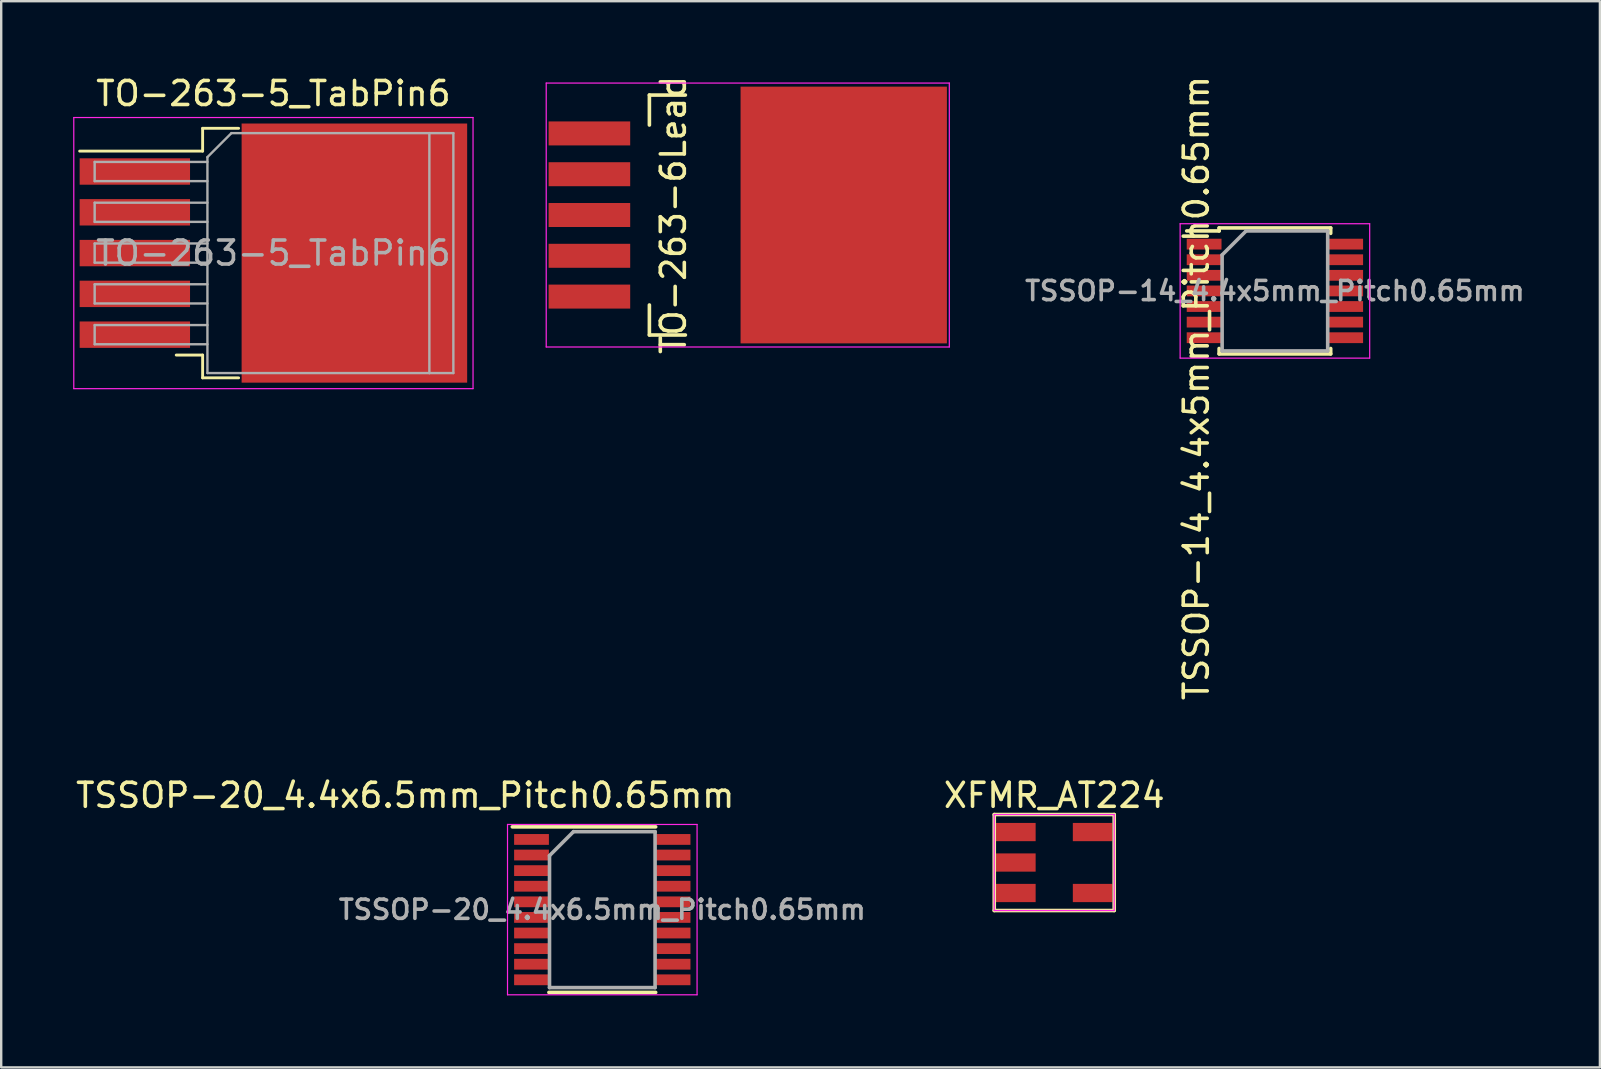
<source format=kicad_pcb>
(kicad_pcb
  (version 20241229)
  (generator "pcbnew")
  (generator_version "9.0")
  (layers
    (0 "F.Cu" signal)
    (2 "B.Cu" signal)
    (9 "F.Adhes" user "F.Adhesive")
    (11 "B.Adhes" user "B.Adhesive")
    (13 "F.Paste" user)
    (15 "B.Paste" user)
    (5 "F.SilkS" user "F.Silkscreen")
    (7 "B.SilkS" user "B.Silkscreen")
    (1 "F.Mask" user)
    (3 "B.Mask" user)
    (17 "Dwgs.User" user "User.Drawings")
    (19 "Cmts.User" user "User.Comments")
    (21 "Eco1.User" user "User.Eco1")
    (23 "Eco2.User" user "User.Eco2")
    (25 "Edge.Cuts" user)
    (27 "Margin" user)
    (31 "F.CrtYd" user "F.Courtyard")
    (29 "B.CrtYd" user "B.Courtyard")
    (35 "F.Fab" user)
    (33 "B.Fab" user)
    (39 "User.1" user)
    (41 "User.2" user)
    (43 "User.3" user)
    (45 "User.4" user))
  (footprint "TSSOP-14_4.4x5mm_Pitch0.65mm"
    (layer "F.Cu")
    (at 50.085 9.075)
    (property "Reference" "TSSOP-14_4.4x5mm_Pitch0.65mm" (at -3.275 4.05 90) (layer "F.SilkS") (effects (font (size 1 1) (thickness 0.15))))
    (attr smd)
    (fp_line (start -2.325 -2.625) (end -2.325 -2.5) (stroke (width 0.15) (type solid)) (layer "F.SilkS"))
    (fp_line (start -2.325 -2.625) (end 2.325 -2.625) (stroke (width 0.15) (type solid)) (layer "F.SilkS"))
    (fp_line (start -2.325 -2.5) (end -3.675 -2.5) (stroke (width 0.15) (type solid)) (layer "F.SilkS"))
    (fp_line (start -2.325 2.625) (end -2.325 2.4) (stroke (width 0.15) (type solid)) (layer "F.SilkS"))
    (fp_line (start -2.325 2.625) (end 2.325 2.625) (stroke (width 0.15) (type solid)) (layer "F.SilkS"))
    (fp_line (start 2.325 -2.625) (end 2.325 -2.4) (stroke (width 0.15) (type solid)) (layer "F.SilkS"))
    (fp_line (start 2.325 2.625) (end 2.325 2.4) (stroke (width 0.15) (type solid)) (layer "F.SilkS"))
    (fp_line (start -3.95 -2.8) (end -3.95 2.8) (stroke (width 0.05) (type solid)) (layer "F.CrtYd"))
    (fp_line (start -3.95 -2.8) (end 3.95 -2.8) (stroke (width 0.05) (type solid)) (layer "F.CrtYd"))
    (fp_line (start -3.95 2.8) (end 3.95 2.8) (stroke (width 0.05) (type solid)) (layer "F.CrtYd"))
    (fp_line (start 3.95 -2.8) (end 3.95 2.8) (stroke (width 0.05) (type solid)) (layer "F.CrtYd"))
    (fp_line (start -2.2 -1.5) (end -1.2 -2.5) (stroke (width 0.15) (type solid)) (layer "F.Fab"))
    (fp_line (start -2.2 2.5) (end -2.2 -1.5) (stroke (width 0.15) (type solid)) (layer "F.Fab"))
    (fp_line (start -1.2 -2.5) (end 2.2 -2.5) (stroke (width 0.15) (type solid)) (layer "F.Fab"))
    (fp_line (start 2.2 -2.5) (end 2.2 2.5) (stroke (width 0.15) (type solid)) (layer "F.Fab"))
    (fp_line (start 2.2 2.5) (end -2.2 2.5) (stroke (width 0.15) (type solid)) (layer "F.Fab"))
    (fp_text user "${REFERENCE}" (at 0 0 0) (layer "F.Fab") (effects (font (size 0.8 0.8) (thickness 0.15))))
    (pad "1" smd rect (at -2.95 -1.95) (size 1.45 0.45) (layers "F.Cu" "F.Mask" "F.Paste"))
    (pad "2" smd rect (at -2.95 -1.3) (size 1.45 0.45) (layers "F.Cu" "F.Mask" "F.Paste"))
    (pad "3" smd rect (at -2.95 -0.65) (size 1.45 0.45) (layers "F.Cu" "F.Mask" "F.Paste"))
    (pad "4" smd rect (at -2.95 0) (size 1.45 0.45) (layers "F.Cu" "F.Mask" "F.Paste"))
    (pad "5" smd rect (at -2.95 0.65) (size 1.45 0.45) (layers "F.Cu" "F.Mask" "F.Paste"))
    (pad "6" smd rect (at -2.95 1.3) (size 1.45 0.45) (layers "F.Cu" "F.Mask" "F.Paste"))
    (pad "7" smd rect (at -2.95 1.95) (size 1.45 0.45) (layers "F.Cu" "F.Mask" "F.Paste"))
    (pad "8" smd rect (at 2.95 1.95) (size 1.45 0.45) (layers "F.Cu" "F.Mask" "F.Paste"))
    (pad "9" smd rect (at 2.95 1.3) (size 1.45 0.45) (layers "F.Cu" "F.Mask" "F.Paste"))
    (pad "10" smd rect (at 2.95 0.65) (size 1.45 0.45) (layers "F.Cu" "F.Mask" "F.Paste"))
    (pad "11" smd rect (at 2.95 0) (size 1.45 0.45) (layers "F.Cu" "F.Mask" "F.Paste"))
    (pad "12" smd rect (at 2.95 -0.65) (size 1.45 0.45) (layers "F.Cu" "F.Mask" "F.Paste"))
    (pad "13" smd rect (at 2.95 -1.3) (size 1.45 0.45) (layers "F.Cu" "F.Mask" "F.Paste"))
    (pad "14" smd rect (at 2.95 -1.95) (size 1.45 0.45) (layers "F.Cu" "F.Mask" "F.Paste")))
  (footprint "TO-263-5_TabPin6"
    (layer "F.Cu")
    (at 8.345 7.498)
    (property "Reference" "TO-263-5_TabPin6" (at 0 -6.65 0) (layer "F.SilkS") (effects (font (size 1 1) (thickness 0.15))))
    (attr smd)
    (fp_line (start -2.95 -5.2) (end -2.95 -4.25) (stroke (width 0.12) (type solid)) (layer "F.SilkS"))
    (fp_line (start -2.95 -4.25) (end -8.075 -4.25) (stroke (width 0.12) (type solid)) (layer "F.SilkS"))
    (fp_line (start -2.95 4.25) (end -4.05 4.25) (stroke (width 0.12) (type solid)) (layer "F.SilkS"))
    (fp_line (start -2.95 5.2) (end -2.95 4.25) (stroke (width 0.12) (type solid)) (layer "F.SilkS"))
    (fp_line (start -1.45 -5.2) (end -2.95 -5.2) (stroke (width 0.12) (type solid)) (layer "F.SilkS"))
    (fp_line (start -1.45 5.2) (end -2.95 5.2) (stroke (width 0.12) (type solid)) (layer "F.SilkS"))
    (fp_line (start -8.32 -5.65) (end -8.32 5.65) (stroke (width 0.05) (type solid)) (layer "F.CrtYd"))
    (fp_line (start -8.32 5.65) (end 8.32 5.65) (stroke (width 0.05) (type solid)) (layer "F.CrtYd"))
    (fp_line (start 8.32 -5.65) (end -8.32 -5.65) (stroke (width 0.05) (type solid)) (layer "F.CrtYd"))
    (fp_line (start 8.32 5.65) (end 8.32 -5.65) (stroke (width 0.05) (type solid)) (layer "F.CrtYd"))
    (fp_line (start -7.45 -3.8) (end -7.45 -3) (stroke (width 0.1) (type solid)) (layer "F.Fab"))
    (fp_line (start -7.45 -3) (end -2.75 -3) (stroke (width 0.1) (type solid)) (layer "F.Fab"))
    (fp_line (start -7.45 -2.1) (end -7.45 -1.3) (stroke (width 0.1) (type solid)) (layer "F.Fab"))
    (fp_line (start -7.45 -1.3) (end -2.75 -1.3) (stroke (width 0.1) (type solid)) (layer "F.Fab"))
    (fp_line (start -7.45 -0.4) (end -7.45 0.4) (stroke (width 0.1) (type solid)) (layer "F.Fab"))
    (fp_line (start -7.45 0.4) (end -2.75 0.4) (stroke (width 0.1) (type solid)) (layer "F.Fab"))
    (fp_line (start -7.45 1.3) (end -7.45 2.1) (stroke (width 0.1) (type solid)) (layer "F.Fab"))
    (fp_line (start -7.45 2.1) (end -2.75 2.1) (stroke (width 0.1) (type solid)) (layer "F.Fab"))
    (fp_line (start -7.45 3) (end -7.45 3.8) (stroke (width 0.1) (type solid)) (layer "F.Fab"))
    (fp_line (start -7.45 3.8) (end -2.75 3.8) (stroke (width 0.1) (type solid)) (layer "F.Fab"))
    (fp_line (start -2.75 -4) (end -1.75 -5) (stroke (width 0.1) (type solid)) (layer "F.Fab"))
    (fp_line (start -2.75 -3.8) (end -7.45 -3.8) (stroke (width 0.1) (type solid)) (layer "F.Fab"))
    (fp_line (start -2.75 -2.1) (end -7.45 -2.1) (stroke (width 0.1) (type solid)) (layer "F.Fab"))
    (fp_line (start -2.75 -0.4) (end -7.45 -0.4) (stroke (width 0.1) (type solid)) (layer "F.Fab"))
    (fp_line (start -2.75 1.3) (end -7.45 1.3) (stroke (width 0.1) (type solid)) (layer "F.Fab"))
    (fp_line (start -2.75 3) (end -7.45 3) (stroke (width 0.1) (type solid)) (layer "F.Fab"))
    (fp_line (start -2.75 5) (end -2.75 -4) (stroke (width 0.1) (type solid)) (layer "F.Fab"))
    (fp_line (start -1.75 -5) (end 6.5 -5) (stroke (width 0.1) (type solid)) (layer "F.Fab"))
    (fp_line (start 6.5 -5) (end 6.5 5) (stroke (width 0.1) (type solid)) (layer "F.Fab"))
    (fp_line (start 6.5 -5) (end 7.5 -5) (stroke (width 0.1) (type solid)) (layer "F.Fab"))
    (fp_line (start 6.5 5) (end -2.75 5) (stroke (width 0.1) (type solid)) (layer "F.Fab"))
    (fp_line (start 7.5 -5) (end 7.5 5) (stroke (width 0.1) (type solid)) (layer "F.Fab"))
    (fp_line (start 7.5 5) (end 6.5 5) (stroke (width 0.1) (type solid)) (layer "F.Fab"))
    (fp_text user "${REFERENCE}" (at 0 0 0) (layer "F.Fab") (effects (font (size 1 1) (thickness 0.15))))
    (pad "1" smd rect (at -5.775 -3.4) (size 4.6 1.1) (layers "F.Cu" "F.Mask" "F.Paste"))
    (pad "2" smd rect (at -5.775 -1.7) (size 4.6 1.1) (layers "F.Cu" "F.Mask" "F.Paste"))
    (pad "3" smd rect (at -5.775 0) (size 4.6 1.1) (layers "F.Cu" "F.Mask" "F.Paste"))
    (pad "4" smd rect (at -5.775 1.7) (size 4.6 1.1) (layers "F.Cu" "F.Mask" "F.Paste"))
    (pad "5" smd rect (at -5.775 3.4) (size 4.6 1.1) (layers "F.Cu" "F.Mask" "F.Paste"))
    (pad "6" smd rect (at 3.375 0) (size 9.4 10.8) (layers "F.Cu" "F.Mask")))
  (footprint "XFMR_AT224"
    (layer "F.Cu")
    (at 40.888 32.898)
    (property "Reference" "XFMR_AT224" (at 0 -2.8 0) (layer "F.SilkS") (effects (font (size 1 1) (thickness 0.15))))
    (attr smd)
    (fp_line (start -2.5 -2) (end -2.5 2) (stroke (width 0.15) (type solid)) (layer "F.SilkS"))
    (fp_line (start -2.5 2) (end 2.5 2) (stroke (width 0.15) (type solid)) (layer "F.SilkS"))
    (fp_line (start 2.5 -2) (end -2.5 -2) (stroke (width 0.15) (type solid)) (layer "F.SilkS"))
    (fp_line (start 2.5 2) (end 2.5 -2) (stroke (width 0.15) (type solid)) (layer "F.SilkS"))
    (fp_line (start -2.5 -2) (end 2.5 -2) (stroke (width 0.05) (type solid)) (layer "F.CrtYd"))
    (fp_line (start -2.5 2) (end -2.5 -2) (stroke (width 0.05) (type solid)) (layer "F.CrtYd"))
    (fp_line (start 2.5 -2) (end 2.5 2) (stroke (width 0.05) (type solid)) (layer "F.CrtYd"))
    (fp_line (start 2.5 2) (end -2.5 2) (stroke (width 0.05) (type solid)) (layer "F.CrtYd"))
    (pad "1" smd rect (at -1.6 -1.27) (size 1.65 0.76) (layers "F.Cu" "F.Mask" "F.Paste"))
    (pad "2" smd rect (at -1.6 0) (size 1.65 0.76) (layers "F.Cu" "F.Mask" "F.Paste"))
    (pad "3" smd rect (at -1.6 1.27) (size 1.65 0.76) (layers "F.Cu" "F.Mask" "F.Paste"))
    (pad "4" smd rect (at 1.6 1.27) (size 1.65 0.76) (layers "F.Cu" "F.Mask" "F.Paste"))
    (pad "5" smd rect (at 1.6 -1.27) (size 1.65 0.76) (layers "F.Cu" "F.Mask" "F.Paste")))
  (footprint "TO-263-6Lead"
    (layer "F.Cu")
    (at 21.515 5.911)
    (property "Reference" "TO-263-6Lead" (at 3.5 0 90) (layer "F.SilkS") (effects (font (size 1 1) (thickness 0.15))))
    (attr smd)
    (fp_line (start 2.5 -5) (end 2.5 -3.75) (stroke (width 0.15) (type solid)) (layer "F.SilkS"))
    (fp_line (start 2.5 -5) (end 4 -5) (stroke (width 0.15) (type solid)) (layer "F.SilkS"))
    (fp_line (start 2.5 5) (end 2.5 3.75) (stroke (width 0.15) (type solid)) (layer "F.SilkS"))
    (fp_line (start 2.5 5) (end 4 5) (stroke (width 0.15) (type solid)) (layer "F.SilkS"))
    (fp_line (start -1.8 -5.5) (end -1.8 5.5) (stroke (width 0.05) (type solid)) (layer "F.CrtYd"))
    (fp_line (start 15 -5.5) (end -1.8 -5.5) (stroke (width 0.05) (type solid)) (layer "F.CrtYd"))
    (fp_line (start 15 -5.5) (end 15 5.5) (stroke (width 0.05) (type solid)) (layer "F.CrtYd"))
    (fp_line (start 15 5.5) (end -1.8 5.5) (stroke (width 0.05) (type solid)) (layer "F.CrtYd"))
    (pad "1" smd rect (at 0 -3.4) (size 3.4 1) (layers "F.Cu" "F.Mask" "F.Paste"))
    (pad "2" smd rect (at 0 -1.7) (size 3.4 1) (layers "F.Cu" "F.Mask" "F.Paste"))
    (pad "3" smd rect (at 0 0) (size 3.4 1) (layers "F.Cu" "F.Mask" "F.Paste"))
    (pad "4" smd rect (at 0 1.7) (size 3.4 1) (layers "F.Cu" "F.Mask" "F.Paste"))
    (pad "5" smd rect (at 0 3.4) (size 3.4 1) (layers "F.Cu" "F.Mask" "F.Paste"))
    (pad "6" smd rect (at 10.6 0) (size 8.6 10.7) (layers "F.Cu" "F.Paste")))
  (footprint "TSSOP-20_4.4x6.5mm_Pitch0.65mm"
    (layer "F.Cu")
    (at 22.052 34.861)
    (property "Reference" "TSSOP-20_4.4x6.5mm_Pitch0.65mm" (at -8.213 -4.763 0) (layer "F.SilkS") (effects (font (size 1 1) (thickness 0.15))))
    (attr smd)
    (fp_line (start -3.75 -3.45) (end 2.225 -3.45) (stroke (width 0.15) (type solid)) (layer "F.SilkS"))
    (fp_line (start -2.225 3.45) (end 2.225 3.45) (stroke (width 0.15) (type solid)) (layer "F.SilkS"))
    (fp_line (start -3.95 -3.55) (end -3.95 3.55) (stroke (width 0.05) (type solid)) (layer "F.CrtYd"))
    (fp_line (start -3.95 -3.55) (end 3.95 -3.55) (stroke (width 0.05) (type solid)) (layer "F.CrtYd"))
    (fp_line (start -3.95 3.55) (end 3.95 3.55) (stroke (width 0.05) (type solid)) (layer "F.CrtYd"))
    (fp_line (start 3.95 -3.55) (end 3.95 3.55) (stroke (width 0.05) (type solid)) (layer "F.CrtYd"))
    (fp_line (start -2.2 -2.25) (end -1.2 -3.25) (stroke (width 0.15) (type solid)) (layer "F.Fab"))
    (fp_line (start -2.2 3.25) (end -2.2 -2.25) (stroke (width 0.15) (type solid)) (layer "F.Fab"))
    (fp_line (start -1.2 -3.25) (end 2.2 -3.25) (stroke (width 0.15) (type solid)) (layer "F.Fab"))
    (fp_line (start 2.2 -3.25) (end 2.2 3.25) (stroke (width 0.15) (type solid)) (layer "F.Fab"))
    (fp_line (start 2.2 3.25) (end -2.2 3.25) (stroke (width 0.15) (type solid)) (layer "F.Fab"))
    (fp_text user "${REFERENCE}" (at 0 0 0) (layer "F.Fab") (effects (font (size 0.8 0.8) (thickness 0.15))))
    (pad "1" smd rect (at -2.95 -2.925) (size 1.45 0.45) (layers "F.Cu" "F.Mask" "F.Paste"))
    (pad "2" smd rect (at -2.95 -2.275) (size 1.45 0.45) (layers "F.Cu" "F.Mask" "F.Paste"))
    (pad "3" smd rect (at -2.95 -1.625) (size 1.45 0.45) (layers "F.Cu" "F.Mask" "F.Paste"))
    (pad "4" smd rect (at -2.95 -0.975) (size 1.45 0.45) (layers "F.Cu" "F.Mask" "F.Paste"))
    (pad "5" smd rect (at -2.95 -0.325) (size 1.45 0.45) (layers "F.Cu" "F.Mask" "F.Paste"))
    (pad "6" smd rect (at -2.95 0.325) (size 1.45 0.45) (layers "F.Cu" "F.Mask" "F.Paste"))
    (pad "7" smd rect (at -2.95 0.975) (size 1.45 0.45) (layers "F.Cu" "F.Mask" "F.Paste"))
    (pad "8" smd rect (at -2.95 1.625) (size 1.45 0.45) (layers "F.Cu" "F.Mask" "F.Paste"))
    (pad "9" smd rect (at -2.95 2.275) (size 1.45 0.45) (layers "F.Cu" "F.Mask" "F.Paste"))
    (pad "10" smd rect (at -2.95 2.925) (size 1.45 0.45) (layers "F.Cu" "F.Mask" "F.Paste"))
    (pad "11" smd rect (at 2.95 2.925) (size 1.45 0.45) (layers "F.Cu" "F.Mask" "F.Paste"))
    (pad "12" smd rect (at 2.95 2.275) (size 1.45 0.45) (layers "F.Cu" "F.Mask" "F.Paste"))
    (pad "13" smd rect (at 2.95 1.625) (size 1.45 0.45) (layers "F.Cu" "F.Mask" "F.Paste"))
    (pad "14" smd rect (at 2.95 0.975) (size 1.45 0.45) (layers "F.Cu" "F.Mask" "F.Paste"))
    (pad "15" smd rect (at 2.95 0.325) (size 1.45 0.45) (layers "F.Cu" "F.Mask" "F.Paste"))
    (pad "16" smd rect (at 2.95 -0.325) (size 1.45 0.45) (layers "F.Cu" "F.Mask" "F.Paste"))
    (pad "17" smd rect (at 2.95 -0.975) (size 1.45 0.45) (layers "F.Cu" "F.Mask" "F.Paste"))
    (pad "18" smd rect (at 2.95 -1.625) (size 1.45 0.45) (layers "F.Cu" "F.Mask" "F.Paste"))
    (pad "19" smd rect (at 2.95 -2.275) (size 1.45 0.45) (layers "F.Cu" "F.Mask" "F.Paste"))
    (pad "20" smd rect (at 2.95 -2.925) (size 1.45 0.45) (layers "F.Cu" "F.Mask" "F.Paste")))
  (gr_rect
    (start -3 -3)
    (end 63.63 41.436)
    (stroke (width 0.1) (type default))
    (fill no)
    (layer "Edge.Cuts")))
</source>
